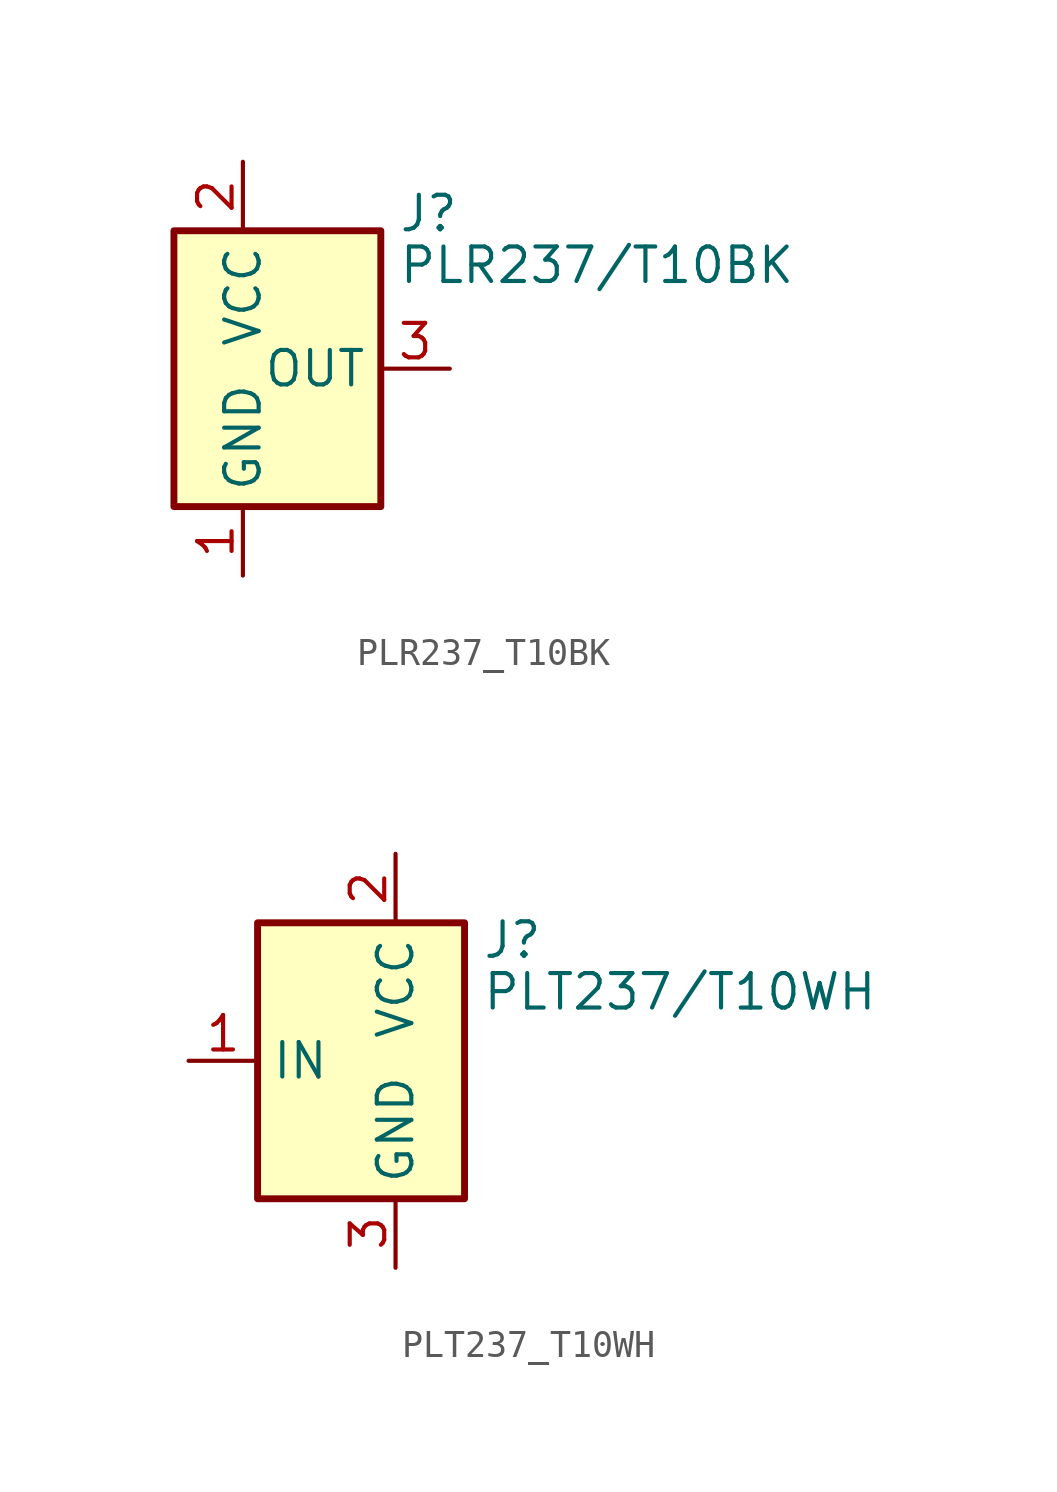
<source format=kicad_sym>
(kicad_symbol_lib
  (version 20220914)
  (generator kicad_symbol_editor)
  (symbol "PLR237_T10BK"
    (property "Reference" "J"
      (at 3.175 5.715 0)
      (effects (font (size 1.27 1.27)) (justify left)))
    (property "Value" "PLR237/T10BK"
      (at 3.175 3.81 0)
      (effects (font (size 1.27 1.27)) (justify left)))
    (symbol "PLR237_T10BK_1_1"
      (rectangle (start -5.08 5.08) (end 2.54 -5.08) (stroke (width 0.254) (type default)) (fill (type background)))
      (pin power_in line (at -2.54 -7.62 90) (length 2.54) (name "GND" (effects (font (size 1.27 1.27)))) (number "1" (effects (font (size 1.27 1.27)))))
      (pin power_in line (at -2.54 7.62 270) (length 2.54) (name "VCC" (effects (font (size 1.27 1.27)))) (number "2" (effects (font (size 1.27 1.27)))))
      (pin output line (at 5.08 0 180) (length 2.54) (name "OUT" (effects (font (size 1.27 1.27)))) (number "3" (effects (font (size 1.27 1.27)))))
      (pin no_connect line (at -5.08 0 0) (length 2.54) hide (name "NC" (effects (font (size 1.27 1.27)))) (number "4" (effects (font (size 1.27 1.27)))))
      (pin no_connect line (at -5.08 -2.54 0) (length 2.54) hide (name "NC" (effects (font (size 1.27 1.27)))) (number "5" (effects (font (size 1.27 1.27)))))))
  (symbol "PLT237_T10WH"
    (property "Reference" "J"
      (at 3.175 4.445 0)
      (effects (font (size 1.27 1.27)) (justify left)))
    (property "Value" "PLT237/T10WH"
      (at 3.175 2.54 0)
      (effects (font (size 1.27 1.27)) (justify left)))
    (symbol "PLT237_T10WH_1_1"
      (rectangle (start -5.08 5.08) (end 2.54 -5.08) (stroke (width 0.254) (type default)) (fill (type background)))
      (pin input line (at -7.62 0 0) (length 2.54) (name "IN" (effects (font (size 1.27 1.27)))) (number "1" (effects (font (size 1.27 1.27)))))
      (pin power_in line (at 0 7.62 270) (length 2.54) (name "VCC" (effects (font (size 1.27 1.27)))) (number "2" (effects (font (size 1.27 1.27)))))
      (pin power_in line (at 0 -7.62 90) (length 2.54) (name "GND" (effects (font (size 1.27 1.27)))) (number "3" (effects (font (size 1.27 1.27)))))
      (pin no_connect line (at 2.54 0 180) (length 2.54) hide (name "NC" (effects (font (size 1.27 1.27)))) (number "4" (effects (font (size 1.27 1.27)))))
      (pin no_connect line (at 2.54 -2.54 180) (length 2.54) hide (name "NC" (effects (font (size 1.27 1.27)))) (number "5" (effects (font (size 1.27 1.27))))))))
</source>
